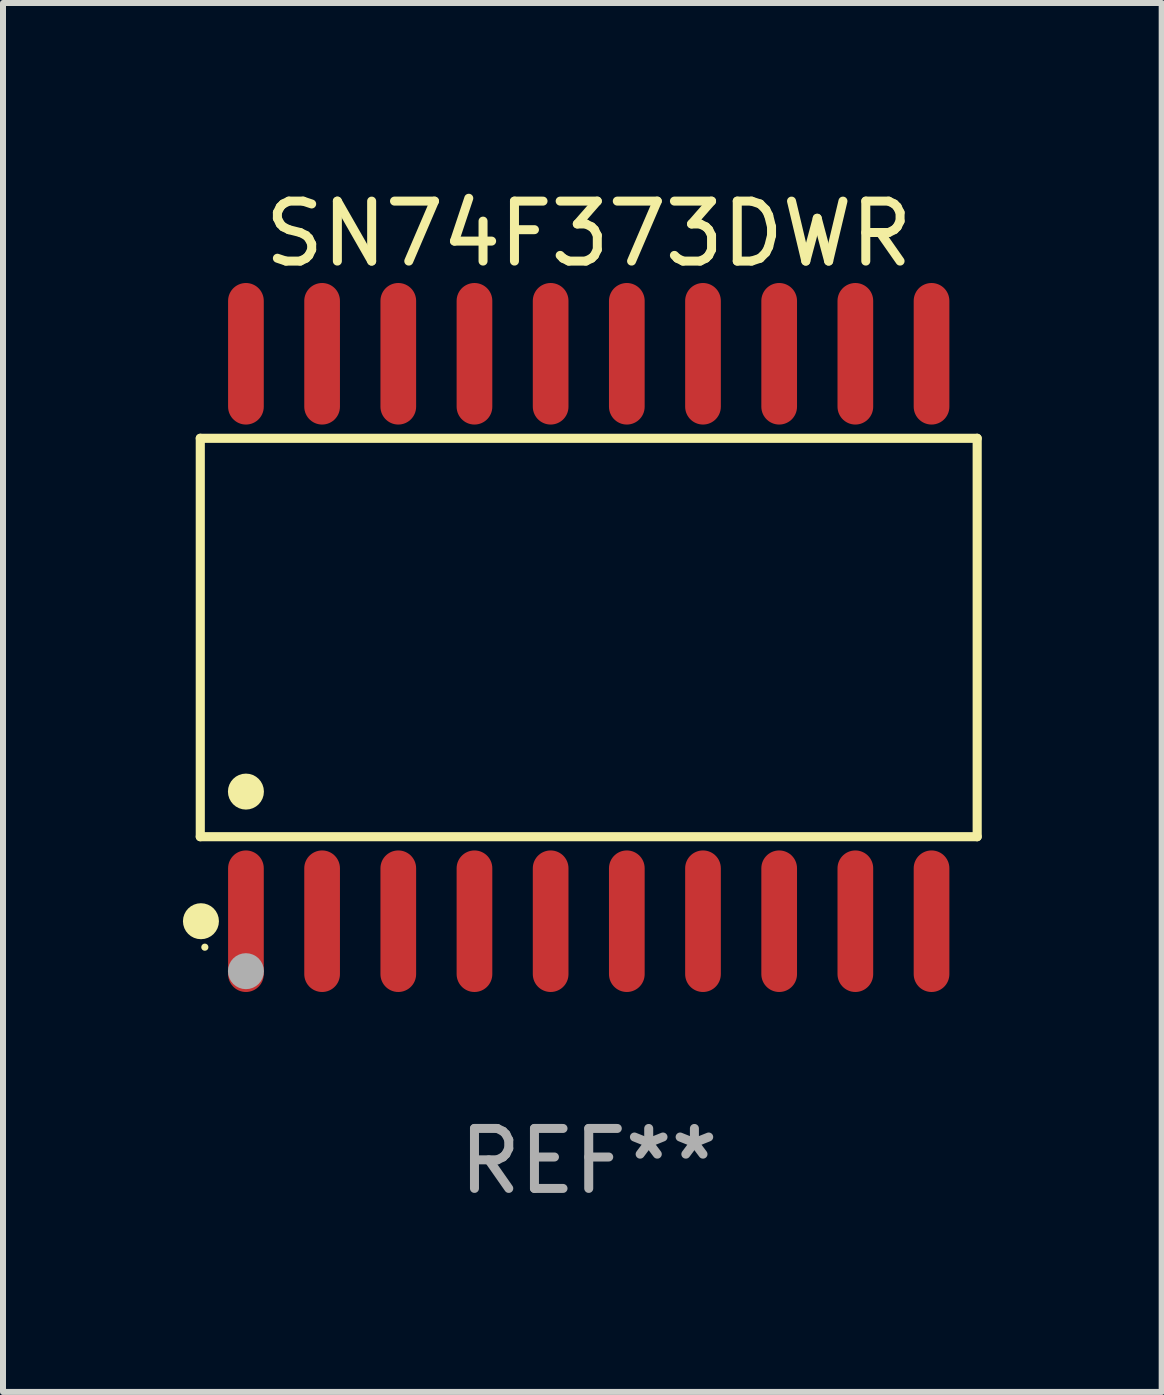
<source format=kicad_pcb>
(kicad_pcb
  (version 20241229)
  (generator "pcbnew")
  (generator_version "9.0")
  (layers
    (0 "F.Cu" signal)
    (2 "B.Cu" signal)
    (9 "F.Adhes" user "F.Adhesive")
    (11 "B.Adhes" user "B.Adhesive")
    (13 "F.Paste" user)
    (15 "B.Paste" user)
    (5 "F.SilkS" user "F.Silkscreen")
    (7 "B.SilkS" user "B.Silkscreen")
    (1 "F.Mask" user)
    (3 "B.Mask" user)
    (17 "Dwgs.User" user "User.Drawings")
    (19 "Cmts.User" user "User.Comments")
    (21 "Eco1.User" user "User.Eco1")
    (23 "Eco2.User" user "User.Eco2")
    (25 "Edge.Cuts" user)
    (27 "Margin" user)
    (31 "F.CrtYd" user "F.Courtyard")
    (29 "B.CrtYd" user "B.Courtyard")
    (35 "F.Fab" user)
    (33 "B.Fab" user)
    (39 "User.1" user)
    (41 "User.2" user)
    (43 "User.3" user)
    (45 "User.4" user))
  (footprint "SN74F373DWR"
    (layer "F.Cu")
    (at 6.765 7.578)
    (property "Reference" "SN74F373DWR" (at 0 -6.73 0) (layer "F.SilkS") (effects (font (size 1 1) (thickness 0.15))))
    (attr through_hole)
    (fp_line (start -6.476 -3.321) (end 6.476 -3.321) (stroke (width 0.152) (type solid)) (layer "F.SilkS"))
    (fp_line (start -6.476 3.321) (end -6.476 -3.321) (stroke (width 0.152) (type solid)) (layer "F.SilkS"))
    (fp_line (start 6.476 -3.321) (end 6.476 3.321) (stroke (width 0.152) (type solid)) (layer "F.SilkS"))
    (fp_line (start 6.476 3.321) (end -6.476 3.321) (stroke (width 0.152) (type solid)) (layer "F.SilkS"))
    (fp_circle (center -6.465 4.73) (end -6.315 4.73) (stroke (width 0.3) (type solid)) (fill no) (layer "F.SilkS"))
    (fp_circle (center -6.4 5.163) (end -6.37 5.163) (stroke (width 0.06) (type solid)) (fill no) (layer "F.SilkS"))
    (fp_circle (center -5.715 2.569) (end -5.565 2.569) (stroke (width 0.3) (type solid)) (fill no) (layer "F.SilkS"))
    (fp_circle (center -5.715 5.563) (end -5.565 5.563) (stroke (width 0.3) (type solid)) (fill no) (layer "F.Fab"))
    (fp_text user "REF**" (at 0 8.73 0) (layer "F.Fab") (effects (font (size 1 1) (thickness 0.15))))
    (pad "1" smd oval (at -5.715 4.73) (size 0.595 2.36) (layers "F.Cu" "F.Mask" "F.Paste"))
    (pad "2" smd oval (at -4.445 4.73) (size 0.595 2.36) (layers "F.Cu" "F.Mask" "F.Paste"))
    (pad "3" smd oval (at -3.175 4.73) (size 0.595 2.36) (layers "F.Cu" "F.Mask" "F.Paste"))
    (pad "4" smd oval (at -1.905 4.73) (size 0.595 2.36) (layers "F.Cu" "F.Mask" "F.Paste"))
    (pad "5" smd oval (at -0.635 4.73) (size 0.595 2.36) (layers "F.Cu" "F.Mask" "F.Paste"))
    (pad "6" smd oval (at 0.635 4.73) (size 0.595 2.36) (layers "F.Cu" "F.Mask" "F.Paste"))
    (pad "7" smd oval (at 1.905 4.73) (size 0.595 2.36) (layers "F.Cu" "F.Mask" "F.Paste"))
    (pad "8" smd oval (at 3.175 4.73) (size 0.595 2.36) (layers "F.Cu" "F.Mask" "F.Paste"))
    (pad "9" smd oval (at 4.445 4.73) (size 0.595 2.36) (layers "F.Cu" "F.Mask" "F.Paste"))
    (pad "10" smd oval (at 5.715 4.73) (size 0.595 2.36) (layers "F.Cu" "F.Mask" "F.Paste"))
    (pad "11" smd oval (at 5.715 -4.73) (size 0.595 2.36) (layers "F.Cu" "F.Mask" "F.Paste"))
    (pad "12" smd oval (at 4.445 -4.73) (size 0.595 2.36) (layers "F.Cu" "F.Mask" "F.Paste"))
    (pad "13" smd oval (at 3.175 -4.73) (size 0.595 2.36) (layers "F.Cu" "F.Mask" "F.Paste"))
    (pad "14" smd oval (at 1.905 -4.73) (size 0.595 2.36) (layers "F.Cu" "F.Mask" "F.Paste"))
    (pad "15" smd oval (at 0.635 -4.73) (size 0.595 2.36) (layers "F.Cu" "F.Mask" "F.Paste"))
    (pad "16" smd oval (at -0.635 -4.73) (size 0.595 2.36) (layers "F.Cu" "F.Mask" "F.Paste"))
    (pad "17" smd oval (at -1.905 -4.73) (size 0.595 2.36) (layers "F.Cu" "F.Mask" "F.Paste"))
    (pad "18" smd oval (at -3.175 -4.73) (size 0.595 2.36) (layers "F.Cu" "F.Mask" "F.Paste"))
    (pad "19" smd oval (at -4.445 -4.73) (size 0.595 2.36) (layers "F.Cu" "F.Mask" "F.Paste"))
    (pad "20" smd oval (at -5.715 -4.73) (size 0.595 2.36) (layers "F.Cu" "F.Mask" "F.Paste")))
  (gr_rect
    (start -3 -3)
    (end 16.317 20.156)
    (stroke (width 0.1) (type default))
    (fill no)
    (layer "Edge.Cuts")))
</source>
